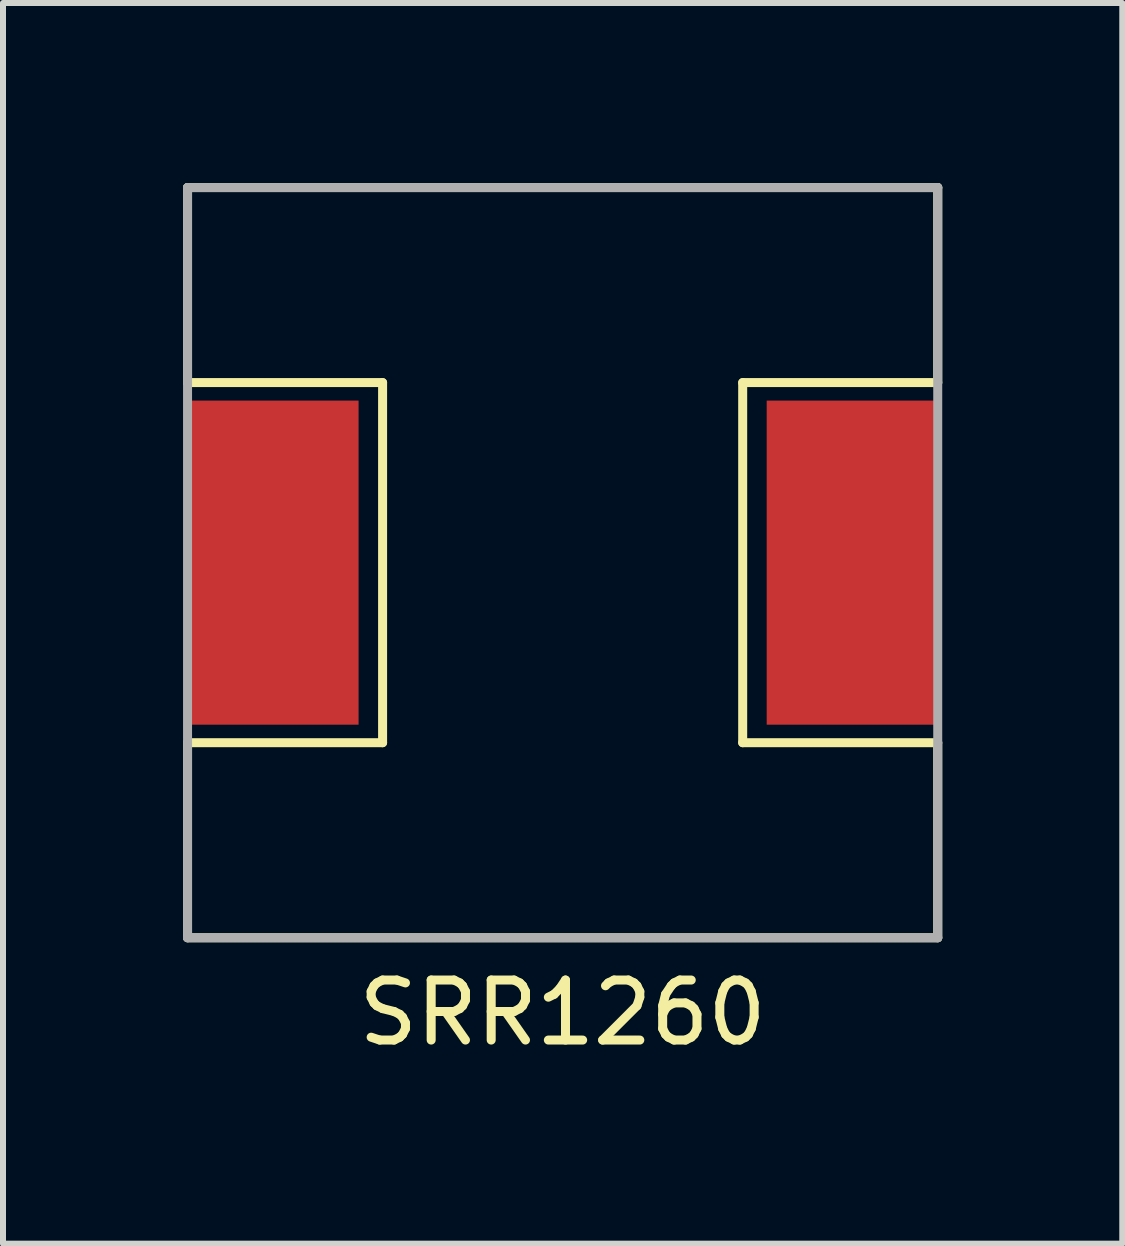
<source format=kicad_pcb>
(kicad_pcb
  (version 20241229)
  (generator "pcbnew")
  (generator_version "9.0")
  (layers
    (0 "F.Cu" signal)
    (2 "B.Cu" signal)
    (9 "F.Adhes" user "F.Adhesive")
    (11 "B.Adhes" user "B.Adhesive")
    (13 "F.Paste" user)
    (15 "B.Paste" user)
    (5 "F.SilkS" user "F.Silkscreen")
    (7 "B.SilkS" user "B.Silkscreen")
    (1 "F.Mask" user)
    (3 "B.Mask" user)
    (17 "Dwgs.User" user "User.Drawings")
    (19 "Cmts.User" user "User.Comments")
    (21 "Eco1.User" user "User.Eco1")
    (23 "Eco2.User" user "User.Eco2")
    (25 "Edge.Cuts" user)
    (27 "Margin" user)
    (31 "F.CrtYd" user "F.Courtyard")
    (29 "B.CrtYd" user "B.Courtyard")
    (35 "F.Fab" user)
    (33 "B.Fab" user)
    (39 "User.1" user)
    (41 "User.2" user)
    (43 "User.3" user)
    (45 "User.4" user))
  (footprint "SRR1260"
    (layer "F.Cu")
    (at 6.325 6.325)
    (property "Reference" "SRR1260" (at 0 7.5 0) (layer "F.SilkS") (effects (font (size 1 1) (thickness 0.15))))
    (attr through_hole)
    (fp_line (start -6.25 -6.25) (end 6.25 -6.25) (stroke (width 0.15) (type solid)) (layer "F.SilkS"))
    (fp_line (start -6.25 -3) (end -6.25 -6.25) (stroke (width 0.15) (type solid)) (layer "F.SilkS"))
    (fp_line (start -6.25 3) (end -6.25 6.25) (stroke (width 0.15) (type solid)) (layer "F.SilkS"))
    (fp_line (start -6.25 3) (end -3 3) (stroke (width 0.15) (type solid)) (layer "F.SilkS"))
    (fp_line (start -6.25 6.25) (end 6.25 6.25) (stroke (width 0.15) (type solid)) (layer "F.SilkS"))
    (fp_line (start -3 -3) (end -6.25 -3) (stroke (width 0.15) (type solid)) (layer "F.SilkS"))
    (fp_line (start -3 3) (end -3 -3) (stroke (width 0.15) (type solid)) (layer "F.SilkS"))
    (fp_line (start 3 -3) (end 6.25 -3) (stroke (width 0.15) (type solid)) (layer "F.SilkS"))
    (fp_line (start 3 3) (end 3 -3) (stroke (width 0.15) (type solid)) (layer "F.SilkS"))
    (fp_line (start 6.25 -6.25) (end 6.25 -3) (stroke (width 0.15) (type solid)) (layer "F.SilkS"))
    (fp_line (start 6.25 3) (end 3 3) (stroke (width 0.15) (type solid)) (layer "F.SilkS"))
    (fp_line (start 6.25 6.25) (end 6.25 3) (stroke (width 0.15) (type solid)) (layer "F.SilkS"))
    (fp_line (start -6.25 -6.25) (end 6.25 -6.25) (stroke (width 0.15) (type solid)) (layer "F.Fab"))
    (fp_line (start -6.25 6.25) (end -6.25 -6.25) (stroke (width 0.15) (type solid)) (layer "F.Fab"))
    (fp_line (start 6.25 -6.25) (end 6.25 6.25) (stroke (width 0.15) (type solid)) (layer "F.Fab"))
    (fp_line (start 6.25 6.25) (end -6.25 6.25) (stroke (width 0.15) (type solid)) (layer "F.Fab"))
    (pad "1" smd rect (at -4.85 0) (size 2.9 5.4) (layers "F.Cu" "F.Mask" "F.Paste"))
    (pad "2" smd rect (at 4.85 0) (size 2.9 5.4) (layers "F.Cu" "F.Mask" "F.Paste")))
  (gr_rect
    (start -3 -3)
    (end 15.65 17.673)
    (stroke (width 0.1) (type default))
    (fill no)
    (layer "Edge.Cuts")))
</source>
